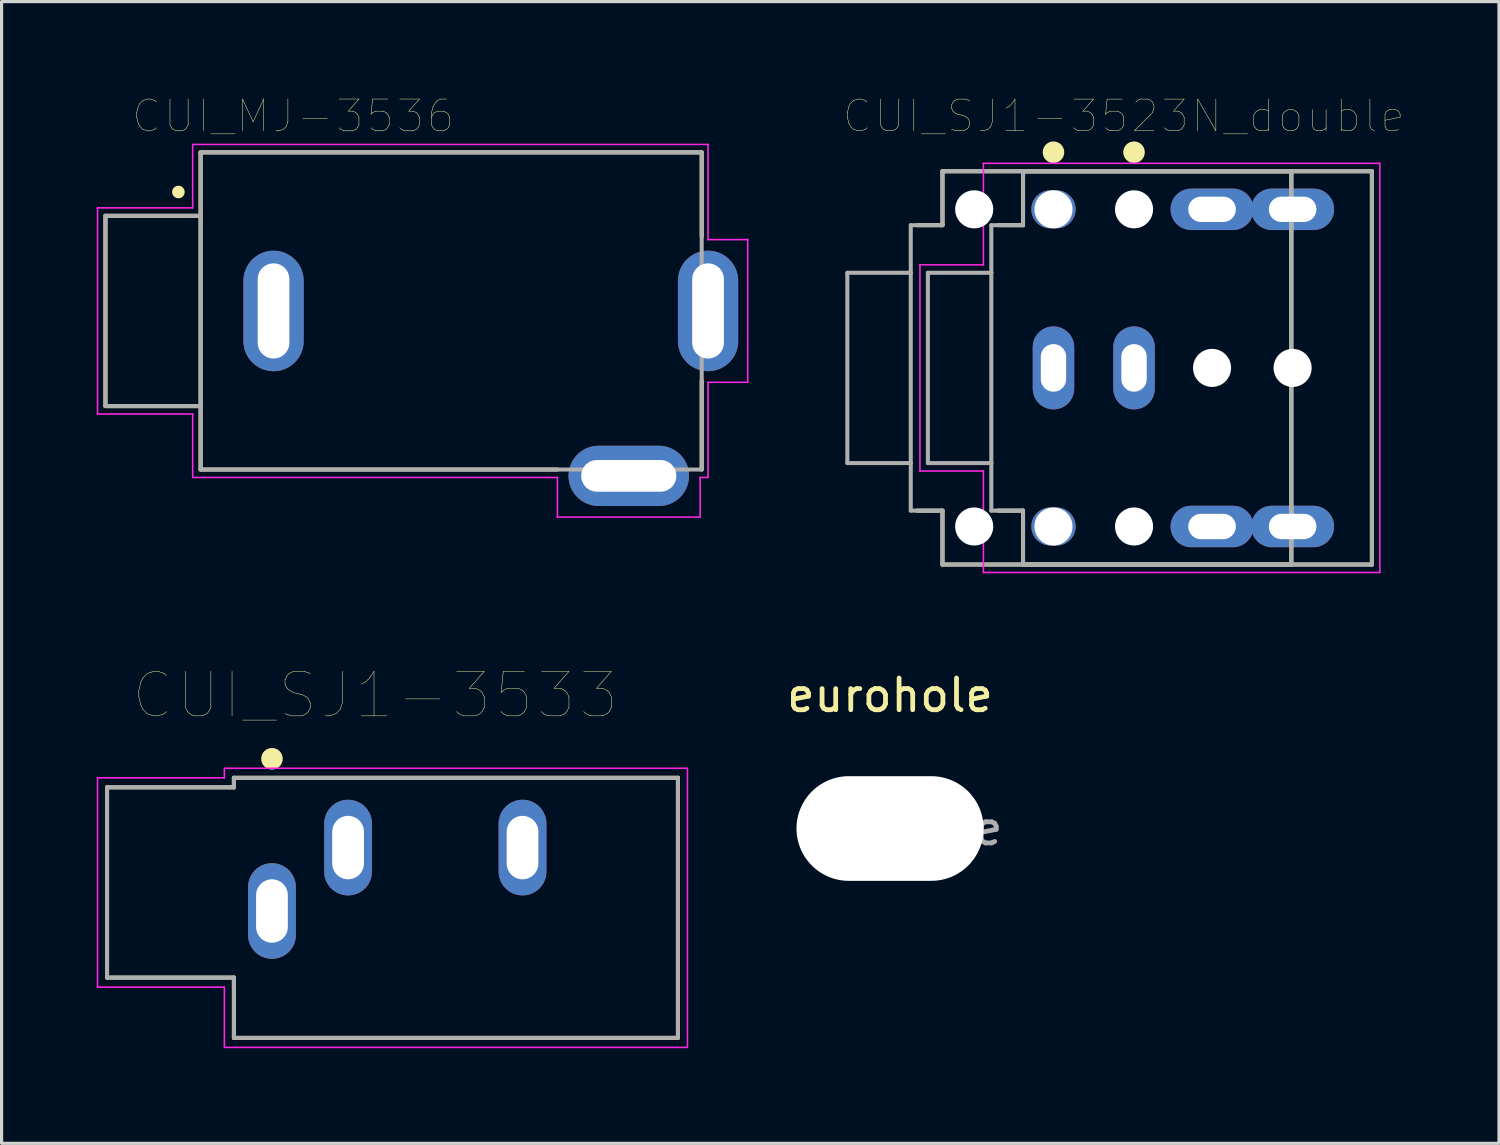
<source format=kicad_pcb>
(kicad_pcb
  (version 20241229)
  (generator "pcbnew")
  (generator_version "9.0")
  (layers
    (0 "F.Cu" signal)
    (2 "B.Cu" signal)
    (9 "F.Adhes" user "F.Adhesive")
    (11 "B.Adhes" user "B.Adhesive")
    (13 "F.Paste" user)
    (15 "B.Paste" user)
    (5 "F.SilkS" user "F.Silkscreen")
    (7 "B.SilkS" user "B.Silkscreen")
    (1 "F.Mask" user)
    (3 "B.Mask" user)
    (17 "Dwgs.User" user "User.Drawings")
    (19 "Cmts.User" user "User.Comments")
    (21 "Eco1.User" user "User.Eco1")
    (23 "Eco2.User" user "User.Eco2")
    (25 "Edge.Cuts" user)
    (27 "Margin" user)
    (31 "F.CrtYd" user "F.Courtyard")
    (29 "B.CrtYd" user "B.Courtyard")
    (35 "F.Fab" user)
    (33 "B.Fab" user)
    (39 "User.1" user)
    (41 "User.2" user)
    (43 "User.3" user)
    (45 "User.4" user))
  (footprint "CUI_SJ1-3533"
    (layer "F.Cu")
    (at 5.525 25.674)
    (property "Reference" "CUI_SJ1-3533" (at 3.251 -6.802 0) (layer "F.SilkS") (effects (font (size 1.403 1.403) (thickness 0.015))))
    (attr through_hole)
    (fp_line (start -5.2 -3.9) (end -1.2 -3.9) (stroke (width 0.127) (type solid)) (layer "F.SilkS"))
    (fp_line (start -5.2 2.1) (end -5.2 -3.9) (stroke (width 0.127) (type solid)) (layer "F.SilkS"))
    (fp_line (start -1.2 -4.2) (end 12.8 -4.2) (stroke (width 0.127) (type solid)) (layer "F.SilkS"))
    (fp_line (start -1.2 -3.9) (end -1.2 -4.2) (stroke (width 0.127) (type solid)) (layer "F.SilkS"))
    (fp_line (start -1.2 2.1) (end -5.2 2.1) (stroke (width 0.127) (type solid)) (layer "F.SilkS"))
    (fp_line (start -1.2 4) (end -1.2 2.1) (stroke (width 0.127) (type solid)) (layer "F.SilkS"))
    (fp_line (start 12.8 -4.2) (end 12.8 4) (stroke (width 0.127) (type solid)) (layer "F.SilkS"))
    (fp_line (start 12.8 4) (end -1.2 4) (stroke (width 0.127) (type solid)) (layer "F.SilkS"))
    (fp_circle (center 0 -4.8) (end 0.17 -4.8) (stroke (width 0.34) (type solid)) (fill no) (layer "F.SilkS"))
    (fp_line (start -5.5 -4.2) (end -1.5 -4.2) (stroke (width 0.05) (type solid)) (layer "F.CrtYd"))
    (fp_line (start -5.5 2.4) (end -5.5 -4.2) (stroke (width 0.05) (type solid)) (layer "F.CrtYd"))
    (fp_line (start -1.5 -4.5) (end 13.1 -4.5) (stroke (width 0.05) (type solid)) (layer "F.CrtYd"))
    (fp_line (start -1.5 -4.2) (end -1.5 -4.5) (stroke (width 0.05) (type solid)) (layer "F.CrtYd"))
    (fp_line (start -1.5 2.4) (end -5.5 2.4) (stroke (width 0.05) (type solid)) (layer "F.CrtYd"))
    (fp_line (start -1.5 4.3) (end -1.5 2.4) (stroke (width 0.05) (type solid)) (layer "F.CrtYd"))
    (fp_line (start 13.1 -4.5) (end 13.1 4.3) (stroke (width 0.05) (type solid)) (layer "F.CrtYd"))
    (fp_line (start 13.1 4.3) (end -1.5 4.3) (stroke (width 0.05) (type solid)) (layer "F.CrtYd"))
    (fp_line (start -5.2 -3.9) (end -1.2 -3.9) (stroke (width 0.127) (type solid)) (layer "F.Fab"))
    (fp_line (start -5.2 2.1) (end -5.2 -3.9) (stroke (width 0.127) (type solid)) (layer "F.Fab"))
    (fp_line (start -1.2 -4.2) (end 12.8 -4.2) (stroke (width 0.127) (type solid)) (layer "F.Fab"))
    (fp_line (start -1.2 -3.9) (end -1.2 -4.2) (stroke (width 0.127) (type solid)) (layer "F.Fab"))
    (fp_line (start -1.2 2.1) (end -5.2 2.1) (stroke (width 0.127) (type solid)) (layer "F.Fab"))
    (fp_line (start -1.2 4) (end -1.2 2.1) (stroke (width 0.127) (type solid)) (layer "F.Fab"))
    (fp_line (start 12.8 -4.2) (end 12.8 4) (stroke (width 0.127) (type solid)) (layer "F.Fab"))
    (fp_line (start 12.8 4) (end -1.2 4) (stroke (width 0.127) (type solid)) (layer "F.Fab"))
    (pad "1" thru_hole oval (at 0 0) (size 1.508 3.016) (drill oval 1 2) (layers "*.Cu" "*.Mask"))
    (pad "2" thru_hole oval (at 2.4 -2) (size 1.508 3.016) (drill oval 1 2) (layers "*.Cu" "*.Mask"))
    (pad "3" thru_hole oval (at 7.9 -2) (size 1.508 3.016) (drill oval 1 2) (layers "*.Cu" "*.Mask")))
  (footprint "eurohole"
    (layer "F.Cu")
    (at 25.013 23.073)
    (property "Reference" "eurohole" (at 0 -4.2 0) (layer "F.SilkS") (effects (font (size 1 1) (thickness 0.15))))
    (attr exclude_from_pos_files exclude_from_bom)
    (fp_text user "${REFERENCE}" (at 0.3 0 0) (layer "F.Fab") (effects (font (size 1 1) (thickness 0.15))))
    (pad "" np_thru_hole oval (at 0 0) (size 5.9 3.3) (drill oval 5.9 3.3) (layers "*.Cu" "*.Mask")))
  (footprint "CUI_SJ1-3523N_double"
    (layer "F.Cu")
    (at 32.706 8.55)
    (property "Reference" "CUI_SJ1-3523N_double" (at -0.325 -7.938 0) (layer "F.SilkS") (effects (font (size 1 1) (thickness 0.015))))
    (attr through_hole)
    (fp_line (start -6.04 -6.2) (end -6.04 -4.5) (stroke (width 0.127) (type solid)) (layer "F.SilkS"))
    (fp_line (start -6.04 -4.5) (end -6.84 -4.5) (stroke (width 0.127) (type solid)) (layer "F.SilkS"))
    (fp_line (start -6.04 4.5) (end -6.84 4.5) (stroke (width 0.127) (type solid)) (layer "F.SilkS"))
    (fp_line (start -6.04 4.5) (end -6.04 6.2) (stroke (width 0.127) (type solid)) (layer "F.SilkS"))
    (fp_line (start -3.5 -6.2) (end -3.5 -4.5) (stroke (width 0.127) (type solid)) (layer "F.SilkS"))
    (fp_line (start -3.5 -4.5) (end -4.3 -4.5) (stroke (width 0.127) (type solid)) (layer "F.SilkS"))
    (fp_line (start -3.5 4.5) (end -4.3 4.5) (stroke (width 0.127) (type solid)) (layer "F.SilkS"))
    (fp_line (start -3.5 4.5) (end -3.5 6.2) (stroke (width 0.127) (type solid)) (layer "F.SilkS"))
    (fp_line (start 4.96 -6.2) (end -6.04 -6.2) (stroke (width 0.127) (type solid)) (layer "F.SilkS"))
    (fp_line (start 4.96 -6.2) (end 4.96 6.2) (stroke (width 0.127) (type solid)) (layer "F.SilkS"))
    (fp_line (start 4.96 6.2) (end -6.04 6.2) (stroke (width 0.127) (type solid)) (layer "F.SilkS"))
    (fp_line (start 7.5 -6.2) (end -3.5 -6.2) (stroke (width 0.127) (type solid)) (layer "F.SilkS"))
    (fp_line (start 7.5 -6.2) (end 7.5 6.2) (stroke (width 0.127) (type solid)) (layer "F.SilkS"))
    (fp_line (start 7.5 6.2) (end -3.5 6.2) (stroke (width 0.127) (type solid)) (layer "F.SilkS"))
    (fp_circle (center -2.54 -6.8) (end -2.37 -6.8) (stroke (width 0.34) (type solid)) (fill no) (layer "F.SilkS"))
    (fp_circle (center 0 -6.8) (end 0.17 -6.8) (stroke (width 0.34) (type solid)) (fill no) (layer "F.SilkS"))
    (fp_line (start -6.75 -3.25) (end -6.75 3.25) (stroke (width 0.05) (type solid)) (layer "F.CrtYd"))
    (fp_line (start -6.75 3.25) (end -4.75 3.25) (stroke (width 0.05) (type solid)) (layer "F.CrtYd"))
    (fp_line (start -4.75 -6.45) (end -4.75 -3.25) (stroke (width 0.05) (type solid)) (layer "F.CrtYd"))
    (fp_line (start -4.75 -6.45) (end 7.75 -6.45) (stroke (width 0.05) (type solid)) (layer "F.CrtYd"))
    (fp_line (start -4.75 -3.25) (end -6.75 -3.25) (stroke (width 0.05) (type solid)) (layer "F.CrtYd"))
    (fp_line (start -4.75 3.25) (end -4.75 6.45) (stroke (width 0.05) (type solid)) (layer "F.CrtYd"))
    (fp_line (start 7.75 -6.45) (end 7.75 6.45) (stroke (width 0.05) (type solid)) (layer "F.CrtYd"))
    (fp_line (start 7.75 6.45) (end -4.75 6.45) (stroke (width 0.05) (type solid)) (layer "F.CrtYd"))
    (fp_line (start -9.04 -3) (end -9.04 3) (stroke (width 0.127) (type solid)) (layer "F.Fab"))
    (fp_line (start -9.04 3) (end -7.04 3) (stroke (width 0.127) (type solid)) (layer "F.Fab"))
    (fp_line (start -7.04 -6) (end -7.04 -2) (stroke (width 0.0001) (type solid)) (layer "F.Fab"))
    (fp_line (start -7.04 -4.5) (end -7.04 -3) (stroke (width 0.127) (type solid)) (layer "F.Fab"))
    (fp_line (start -7.04 -3) (end -9.04 -3) (stroke (width 0.127) (type solid)) (layer "F.Fab"))
    (fp_line (start -7.04 -3) (end -7.04 3) (stroke (width 0.127) (type solid)) (layer "F.Fab"))
    (fp_line (start -7.04 -2) (end -5.84 -2) (stroke (width 0.0001) (type solid)) (layer "F.Fab"))
    (fp_line (start -7.04 2) (end -7.04 6) (stroke (width 0.0001) (type solid)) (layer "F.Fab"))
    (fp_line (start -7.04 3) (end -7.04 4.5) (stroke (width 0.127) (type solid)) (layer "F.Fab"))
    (fp_line (start -7.04 4.5) (end -6.04 4.5) (stroke (width 0.127) (type solid)) (layer "F.Fab"))
    (fp_line (start -6.5 -3) (end -6.5 3) (stroke (width 0.127) (type solid)) (layer "F.Fab"))
    (fp_line (start -6.5 3) (end -4.5 3) (stroke (width 0.127) (type solid)) (layer "F.Fab"))
    (fp_line (start -6.04 -6.2) (end -6.04 -4.5) (stroke (width 0.127) (type solid)) (layer "F.Fab"))
    (fp_line (start -6.04 -4.5) (end -7.04 -4.5) (stroke (width 0.127) (type solid)) (layer "F.Fab"))
    (fp_line (start -6.04 4.5) (end -6.04 6.2) (stroke (width 0.127) (type solid)) (layer "F.Fab"))
    (fp_line (start -5.84 -2) (end -5.84 2) (stroke (width 0.0001) (type solid)) (layer "F.Fab"))
    (fp_line (start -5.84 2) (end -7.04 2) (stroke (width 0.0001) (type solid)) (layer "F.Fab"))
    (fp_line (start -4.5 -6) (end -4.5 -2) (stroke (width 0.0001) (type solid)) (layer "F.Fab"))
    (fp_line (start -4.5 -4.5) (end -4.5 -3) (stroke (width 0.127) (type solid)) (layer "F.Fab"))
    (fp_line (start -4.5 -3) (end -6.5 -3) (stroke (width 0.127) (type solid)) (layer "F.Fab"))
    (fp_line (start -4.5 -3) (end -4.5 3) (stroke (width 0.127) (type solid)) (layer "F.Fab"))
    (fp_line (start -4.5 -2) (end -3.3 -2) (stroke (width 0.0001) (type solid)) (layer "F.Fab"))
    (fp_line (start -4.5 2) (end -4.5 6) (stroke (width 0.0001) (type solid)) (layer "F.Fab"))
    (fp_line (start -4.5 3) (end -4.5 4.5) (stroke (width 0.127) (type solid)) (layer "F.Fab"))
    (fp_line (start -4.5 4.5) (end -3.5 4.5) (stroke (width 0.127) (type solid)) (layer "F.Fab"))
    (fp_line (start -3.5 -6.2) (end -3.5 -4.5) (stroke (width 0.127) (type solid)) (layer "F.Fab"))
    (fp_line (start -3.5 -4.5) (end -4.5 -4.5) (stroke (width 0.127) (type solid)) (layer "F.Fab"))
    (fp_line (start -3.5 4.5) (end -3.5 6.2) (stroke (width 0.127) (type solid)) (layer "F.Fab"))
    (fp_line (start -3.3 -2) (end -3.3 2) (stroke (width 0.0001) (type solid)) (layer "F.Fab"))
    (fp_line (start -3.3 2) (end -4.5 2) (stroke (width 0.0001) (type solid)) (layer "F.Fab"))
    (fp_line (start 4.96 -6.2) (end -6.04 -6.2) (stroke (width 0.127) (type solid)) (layer "F.Fab"))
    (fp_line (start 4.96 -6.2) (end 4.96 6.2) (stroke (width 0.127) (type solid)) (layer "F.Fab"))
    (fp_line (start 4.96 6.2) (end -6.04 6.2) (stroke (width 0.127) (type solid)) (layer "F.Fab"))
    (fp_line (start 7.5 -6.2) (end -3.5 -6.2) (stroke (width 0.127) (type solid)) (layer "F.Fab"))
    (fp_line (start 7.5 -6.2) (end 7.5 6.2) (stroke (width 0.127) (type solid)) (layer "F.Fab"))
    (fp_line (start 7.5 6.2) (end -3.5 6.2) (stroke (width 0.127) (type solid)) (layer "F.Fab"))
    (pad "" np_thru_hole circle (at -5.04 -5) (size 1.2 1.2) (drill 1.2) (layers "*.Cu" "*.Mask"))
    (pad "" np_thru_hole circle (at -5.04 5) (size 1.2 1.2) (drill 1.2) (layers "*.Cu" "*.Mask"))
    (pad "" np_thru_hole oval (at -2.54 -5) (size 1.397 1.2) (drill 1.2) (layers "*.Cu" "*.Mask"))
    (pad "" np_thru_hole oval (at -2.54 5) (size 1.397 1.2) (drill 1.2) (layers "*.Cu" "*.Mask"))
    (pad "" np_thru_hole circle (at 0 -5) (size 1.2 1.2) (drill 1.2) (layers "*.Cu" "*.Mask"))
    (pad "" np_thru_hole circle (at 0 5) (size 1.2 1.2) (drill 1.2) (layers "*.Cu" "*.Mask"))
    (pad "" np_thru_hole circle (at 2.46 0) (size 1.2 1.2) (drill 1.2) (layers "*.Cu" "*.Mask"))
    (pad "" np_thru_hole circle (at 5 0) (size 1.2 1.2) (drill 1.2) (layers "*.Cu" "*.Mask"))
    (pad "1" thru_hole oval (at -2.54 0) (size 1.308 2.616) (drill oval 0.8 1.5) (layers "*.Cu" "*.Mask"))
    (pad "1" thru_hole oval (at 0 0) (size 1.308 2.616) (drill oval 0.8 1.5) (layers "*.Cu" "*.Mask"))
    (pad "2" thru_hole oval (at 2.46 5) (size 2.616 1.308) (drill oval 1.5 0.8) (layers "*.Cu" "*.Mask"))
    (pad "2" thru_hole oval (at 5 5) (size 2.616 1.308) (drill oval 1.5 0.8) (layers "*.Cu" "*.Mask"))
    (pad "3" thru_hole oval (at 2.46 -5) (size 2.616 1.308) (drill oval 1.5 0.8) (layers "*.Cu" "*.Mask"))
    (pad "3" thru_hole oval (at 5 -5) (size 2.616 1.308) (drill oval 1.5 0.8) (layers "*.Cu" "*.Mask")))
  (footprint "CUI_MJ-3536"
    (layer "F.Cu")
    (at 11.175 6.754)
    (property "Reference" "CUI_MJ-3536" (at -4.981 -6.142 0) (layer "F.SilkS") (effects (font (size 1.001 1.001) (thickness 0.015))))
    (attr through_hole)
    (fp_line (start -10.9 -3) (end -10.9 3) (stroke (width 0.127) (type solid)) (layer "F.SilkS"))
    (fp_line (start -10.9 3) (end -7.9 3) (stroke (width 0.127) (type solid)) (layer "F.SilkS"))
    (fp_line (start -7.9 -5) (end -7.9 -3) (stroke (width 0.127) (type solid)) (layer "F.SilkS"))
    (fp_line (start -7.9 -5) (end 7.9 -5) (stroke (width 0.127) (type solid)) (layer "F.SilkS"))
    (fp_line (start -7.9 -3) (end -10.9 -3) (stroke (width 0.127) (type solid)) (layer "F.SilkS"))
    (fp_line (start -7.9 -3) (end -7.9 3) (stroke (width 0.127) (type solid)) (layer "F.SilkS"))
    (fp_line (start -7.9 3) (end -7.9 5) (stroke (width 0.127) (type solid)) (layer "F.SilkS"))
    (fp_line (start -7.9 5) (end 3.35 5) (stroke (width 0.127) (type solid)) (layer "F.SilkS"))
    (fp_line (start 7.9 -5) (end 7.9 -2.35) (stroke (width 0.127) (type solid)) (layer "F.SilkS"))
    (fp_line (start 7.9 5) (end 7.9 2.2) (stroke (width 0.127) (type solid)) (layer "F.SilkS"))
    (fp_circle (center -8.6 -3.75) (end -8.5 -3.75) (stroke (width 0.2) (type solid)) (fill no) (layer "F.SilkS"))
    (fp_line (start -11.15 -3.25) (end -8.15 -3.25) (stroke (width 0.05) (type solid)) (layer "F.CrtYd"))
    (fp_line (start -11.15 3.25) (end -11.15 -3.25) (stroke (width 0.05) (type solid)) (layer "F.CrtYd"))
    (fp_line (start -8.15 -5.25) (end 8.1 -5.25) (stroke (width 0.05) (type solid)) (layer "F.CrtYd"))
    (fp_line (start -8.15 -3.25) (end -8.15 -5.25) (stroke (width 0.05) (type solid)) (layer "F.CrtYd"))
    (fp_line (start -8.15 3.25) (end -11.15 3.25) (stroke (width 0.05) (type solid)) (layer "F.CrtYd"))
    (fp_line (start -8.15 5.25) (end -8.15 3.25) (stroke (width 0.05) (type solid)) (layer "F.CrtYd"))
    (fp_line (start 3.35 5.25) (end -8.15 5.25) (stroke (width 0.05) (type solid)) (layer "F.CrtYd"))
    (fp_line (start 3.35 6.5) (end 3.35 5.25) (stroke (width 0.05) (type solid)) (layer "F.CrtYd"))
    (fp_line (start 7.85 5.25) (end 7.85 6.5) (stroke (width 0.05) (type solid)) (layer "F.CrtYd"))
    (fp_line (start 7.85 6.5) (end 3.35 6.5) (stroke (width 0.05) (type solid)) (layer "F.CrtYd"))
    (fp_line (start 8.1 -5.25) (end 8.1 -2.25) (stroke (width 0.05) (type solid)) (layer "F.CrtYd"))
    (fp_line (start 8.1 -2.25) (end 9.35 -2.25) (stroke (width 0.05) (type solid)) (layer "F.CrtYd"))
    (fp_line (start 8.1 2.25) (end 8.1 5.25) (stroke (width 0.05) (type solid)) (layer "F.CrtYd"))
    (fp_line (start 8.1 5.25) (end 7.85 5.25) (stroke (width 0.05) (type solid)) (layer "F.CrtYd"))
    (fp_line (start 9.35 -2.25) (end 9.35 2.25) (stroke (width 0.05) (type solid)) (layer "F.CrtYd"))
    (fp_line (start 9.35 2.25) (end 8.1 2.25) (stroke (width 0.05) (type solid)) (layer "F.CrtYd"))
    (fp_line (start -10.9 -3) (end -10.9 3) (stroke (width 0.127) (type solid)) (layer "F.Fab"))
    (fp_line (start -10.9 3) (end -7.9 3) (stroke (width 0.127) (type solid)) (layer "F.Fab"))
    (fp_line (start -7.9 -5) (end 7.9 -5) (stroke (width 0.127) (type solid)) (layer "F.Fab"))
    (fp_line (start -7.9 -3) (end -10.9 -3) (stroke (width 0.127) (type solid)) (layer "F.Fab"))
    (fp_line (start -7.9 -3) (end -7.9 -5) (stroke (width 0.127) (type solid)) (layer "F.Fab"))
    (fp_line (start -7.9 3) (end -7.9 -3) (stroke (width 0.127) (type solid)) (layer "F.Fab"))
    (fp_line (start -7.9 5) (end -7.9 3) (stroke (width 0.127) (type solid)) (layer "F.Fab"))
    (fp_line (start 7.9 -5) (end 7.9 5) (stroke (width 0.127) (type solid)) (layer "F.Fab"))
    (fp_line (start 7.9 5) (end -7.9 5) (stroke (width 0.127) (type solid)) (layer "F.Fab"))
    (pad "1" thru_hole oval (at -5.6 0) (size 1.9 3.8) (drill oval 1 3) (layers "*.Cu" "*.Mask"))
    (pad "2" thru_hole oval (at 8.1 0) (size 1.9 3.8) (drill oval 1 3) (layers "*.Cu" "*.Mask"))
    (pad "3" thru_hole oval (at 5.6 5.2) (size 3.8 1.9) (drill oval 3 1) (layers "*.Cu" "*.Mask")))
  (gr_rect
    (start -3 -3)
    (end 44.212 32.999)
    (stroke (width 0.1) (type default))
    (fill no)
    (layer "Edge.Cuts")))
</source>
